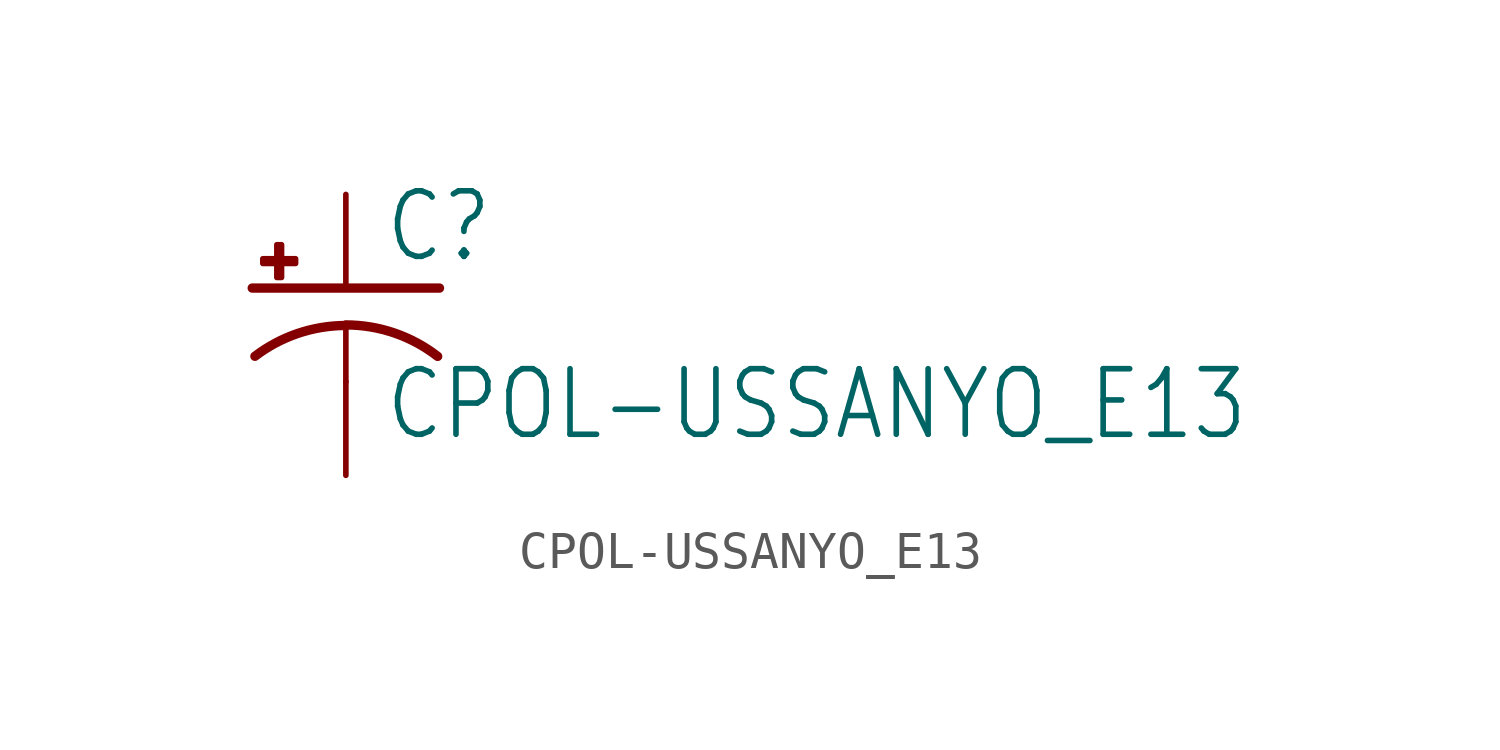
<source format=kicad_sym>
(kicad_symbol_lib
  (version 20211014)
  (generator kicad_symbol_editor)
  (symbol "CPOL-USSANYO_E13"
    (property "Reference" "C"
      (at 1.016 0.635 0)
      (effects (font (size 1.778 1.511)) (justify left bottom)))
    (property "Value" "CPOL-USSANYO_E13"
      (at 1.016 -4.191 0)
      (effects (font (size 1.778 1.511)) (justify left bottom)))
    (property "ki_locked" ""
      (at 0 0 0)
      (effects (font (size 1.27 1.27))))
    (symbol "CPOL-USSANYO_E13_1_0"
      (rectangle (start -2.253 0.668) (end -1.364 0.795) (stroke (width 0) (type default) (color 0 0 0 0)) (fill (type outline)))
      (rectangle (start -1.872 0.287) (end -1.745 1.176) (stroke (width 0) (type default) (color 0 0 0 0)) (fill (type outline)))
      (arc (start 0 -1.0161) (mid -1.3021 -1.2302) (end -2.4669 -1.8504) (stroke (width 0.254) (type default) (color 0 0 0 0)) (fill (type none)))
      (polyline (pts (xy -2.54 0) (xy 2.54 0)) (stroke (width 0.254) (type default) (color 0 0 0 0)) (fill (type none)))
      (polyline (pts (xy 0 -1.016) (xy 0 -2.54)) (stroke (width 0.152) (type default) (color 0 0 0 0)) (fill (type none)))
      (arc (start 2.4892 -1.8542) (mid 1.3158 -1.2195) (end 0 -1) (stroke (width 0.254) (type default) (color 0 0 0 0)) (fill (type none)))
      (pin passive line (at 0 2.54 270) (length 2.54) (name "+" (effects (font (size 0 0)))) (number "+" (effects (font (size 0 0)))))
      (pin passive line (at 0 -5.08 90) (length 2.54) (name "-" (effects (font (size 0 0)))) (number "-" (effects (font (size 0 0))))))))
</source>
